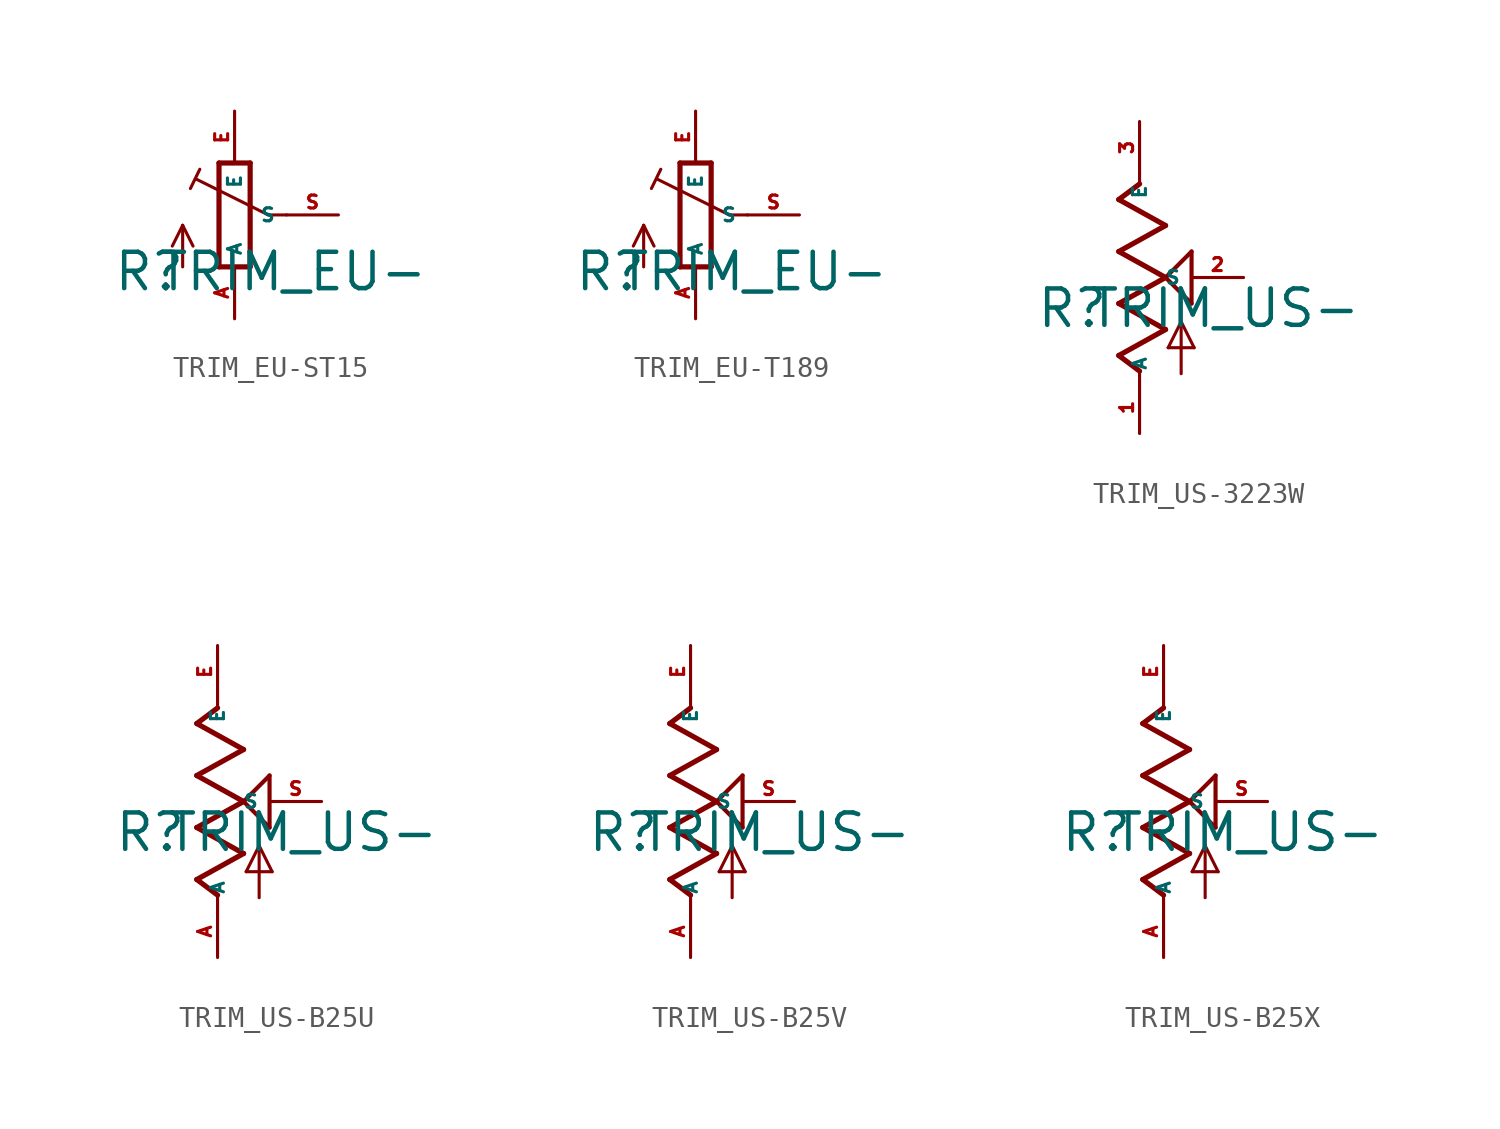
<source format=kicad_sym>
(kicad_symbol_lib
  (version 20220914)
  (generator Eagle2Kicad)
  (symbol "TRIM_EU-ST15"
    (property "Reference" "R"
      (at -5.969 -3.81 0)
      (effects (font (size 1.778 1.778) (thickness 0.22)) (justify left bottom)))
    (property "Value" "TRIM_EU-"
      (at -3.81 -3.81 0)
      (effects (font (size 1.778 1.778) (thickness 0.22)) (justify left bottom)))
    (polyline
      (pts (xy -0.762 2.54) (xy -0.762 -2.54))
      (stroke (width 0.254) (type default))
      (fill (type none)))
    (polyline
      (pts (xy 0.762 -2.54) (xy 0.762 2.54))
      (stroke (width 0.254) (type default))
      (fill (type none)))
    (polyline
      (pts (xy 2.54 0) (xy 1.651 0))
      (stroke (width 0.152) (type default))
      (fill (type none)))
    (polyline
      (pts (xy 1.651 0) (xy -1.88 1.753))
      (stroke (width 0.152) (type default))
      (fill (type none)))
    (polyline
      (pts (xy 0.762 2.54) (xy -0.762 2.54))
      (stroke (width 0.254) (type default))
      (fill (type none)))
    (polyline
      (pts (xy -0.762 -2.54) (xy 0.762 -2.54))
      (stroke (width 0.254) (type default))
      (fill (type none)))
    (polyline
      (pts (xy -2.54 -2.54) (xy -2.54 -0.508))
      (stroke (width 0.152) (type default))
      (fill (type none)))
    (polyline
      (pts (xy -2.54 -0.508) (xy -3.048 -1.524))
      (stroke (width 0.152) (type default))
      (fill (type none)))
    (polyline
      (pts (xy -2.54 -0.508) (xy -2.032 -1.524))
      (stroke (width 0.152) (type default))
      (fill (type none)))
    (polyline
      (pts (xy -2.16 1.294) (xy -1.702 2.235))
      (stroke (width 0.152) (type default))
      (fill (type none)))
    (pin passive line
      (at 0 -5.08 90)
      (length 2.54)
      (name "A" (effects (font (size 0.635 0.635) (thickness 0.08)) (justify left bottom)))
      (number "A" (effects (font (size 0.635 0.635) (thickness 0.08)) (justify left bottom))))
    (pin passive line
      (at 0 5.08 270)
      (length 2.54)
      (name "E" (effects (font (size 0.635 0.635) (thickness 0.08)) (justify left bottom)))
      (number "E" (effects (font (size 0.635 0.635) (thickness 0.08)) (justify left bottom))))
    (pin passive line
      (at 5.08 0 180)
      (length 2.54)
      (name "S" (effects (font (size 0.635 0.635) (thickness 0.08)) (justify left bottom)))
      (number "S" (effects (font (size 0.635 0.635) (thickness 0.08)) (justify left bottom)))))
  (symbol "TRIM_EU-T189"
    (property "Reference" "R"
      (at -5.969 -3.81 0)
      (effects (font (size 1.778 1.778) (thickness 0.22)) (justify left bottom)))
    (property "Value" "TRIM_EU-"
      (at -3.81 -3.81 0)
      (effects (font (size 1.778 1.778) (thickness 0.22)) (justify left bottom)))
    (polyline
      (pts (xy -0.762 2.54) (xy -0.762 -2.54))
      (stroke (width 0.254) (type default))
      (fill (type none)))
    (polyline
      (pts (xy 0.762 -2.54) (xy 0.762 2.54))
      (stroke (width 0.254) (type default))
      (fill (type none)))
    (polyline
      (pts (xy 2.54 0) (xy 1.651 0))
      (stroke (width 0.152) (type default))
      (fill (type none)))
    (polyline
      (pts (xy 1.651 0) (xy -1.88 1.753))
      (stroke (width 0.152) (type default))
      (fill (type none)))
    (polyline
      (pts (xy 0.762 2.54) (xy -0.762 2.54))
      (stroke (width 0.254) (type default))
      (fill (type none)))
    (polyline
      (pts (xy -0.762 -2.54) (xy 0.762 -2.54))
      (stroke (width 0.254) (type default))
      (fill (type none)))
    (polyline
      (pts (xy -2.54 -2.54) (xy -2.54 -0.508))
      (stroke (width 0.152) (type default))
      (fill (type none)))
    (polyline
      (pts (xy -2.54 -0.508) (xy -3.048 -1.524))
      (stroke (width 0.152) (type default))
      (fill (type none)))
    (polyline
      (pts (xy -2.54 -0.508) (xy -2.032 -1.524))
      (stroke (width 0.152) (type default))
      (fill (type none)))
    (polyline
      (pts (xy -2.16 1.294) (xy -1.702 2.235))
      (stroke (width 0.152) (type default))
      (fill (type none)))
    (pin passive line
      (at 0 -5.08 90)
      (length 2.54)
      (name "A" (effects (font (size 0.635 0.635) (thickness 0.08)) (justify left bottom)))
      (number "A" (effects (font (size 0.635 0.635) (thickness 0.08)) (justify left bottom))))
    (pin passive line
      (at 0 5.08 270)
      (length 2.54)
      (name "E" (effects (font (size 0.635 0.635) (thickness 0.08)) (justify left bottom)))
      (number "E" (effects (font (size 0.635 0.635) (thickness 0.08)) (justify left bottom))))
    (pin passive line
      (at 5.08 0 180)
      (length 2.54)
      (name "S" (effects (font (size 0.635 0.635) (thickness 0.08)) (justify left bottom)))
      (number "S" (effects (font (size 0.635 0.635) (thickness 0.08)) (justify left bottom)))))
  (symbol "TRIM_US-3223W"
    (property "Reference" "R"
      (at -5.08 -2.54 0)
      (effects (font (size 1.778 1.778) (thickness 0.22)) (justify left bottom)))
    (property "Value" "TRIM_US-"
      (at -2.54 -2.54 0)
      (effects (font (size 1.778 1.778) (thickness 0.22)) (justify left bottom)))
    (polyline
      (pts (xy 0 -5.08) (xy 0 -4.572))
      (stroke (width 0.152) (type default))
      (fill (type none)))
    (polyline
      (pts (xy 0 -4.572) (xy -1.016 -3.81))
      (stroke (width 0.254) (type default))
      (fill (type none)))
    (polyline
      (pts (xy -1.016 -3.81) (xy 1.27 -2.54))
      (stroke (width 0.254) (type default))
      (fill (type none)))
    (polyline
      (pts (xy 1.27 -2.54) (xy -1.016 -1.27))
      (stroke (width 0.254) (type default))
      (fill (type none)))
    (polyline
      (pts (xy -1.016 -1.27) (xy 1.27 0))
      (stroke (width 0.254) (type default))
      (fill (type none)))
    (polyline
      (pts (xy 1.27 0) (xy -1.016 1.27))
      (stroke (width 0.254) (type default))
      (fill (type none)))
    (polyline
      (pts (xy -1.016 1.27) (xy 1.27 2.54))
      (stroke (width 0.254) (type default))
      (fill (type none)))
    (polyline
      (pts (xy 1.27 2.54) (xy -1.016 3.81))
      (stroke (width 0.254) (type default))
      (fill (type none)))
    (polyline
      (pts (xy -1.016 3.81) (xy 0 4.572))
      (stroke (width 0.254) (type default))
      (fill (type none)))
    (polyline
      (pts (xy 0 4.572) (xy 0 5.08))
      (stroke (width 0.152) (type default))
      (fill (type none)))
    (polyline
      (pts (xy 1.27 0) (xy 2.54 1.27))
      (stroke (width 0.203) (type default))
      (fill (type none)))
    (polyline
      (pts (xy 2.54 -1.27) (xy 1.27 0))
      (stroke (width 0.203) (type default))
      (fill (type none)))
    (polyline
      (pts (xy 2.54 1.27) (xy 2.54 -1.27))
      (stroke (width 0.203) (type default))
      (fill (type none)))
    (polyline
      (pts (xy 2.032 -4.699) (xy 2.032 -2.159))
      (stroke (width 0.152) (type default))
      (fill (type none)))
    (polyline
      (pts (xy 2.032 -2.159) (xy 2.667 -3.429))
      (stroke (width 0.152) (type default))
      (fill (type none)))
    (polyline
      (pts (xy 2.667 -3.429) (xy 1.397 -3.429))
      (stroke (width 0.152) (type default))
      (fill (type none)))
    (polyline
      (pts (xy 1.397 -3.429) (xy 2.032 -2.159))
      (stroke (width 0.152) (type default))
      (fill (type none)))
    (pin passive line
      (at 0 -7.62 90)
      (length 2.54)
      (name "A" (effects (font (size 0.635 0.635) (thickness 0.08)) (justify left bottom)))
      (number "1" (effects (font (size 0.635 0.635) (thickness 0.08)) (justify left bottom))))
    (pin passive line
      (at 0 7.62 270)
      (length 2.54)
      (name "E" (effects (font (size 0.635 0.635) (thickness 0.08)) (justify left bottom)))
      (number "3" (effects (font (size 0.635 0.635) (thickness 0.08)) (justify left bottom))))
    (pin passive line
      (at 5.08 0 180)
      (length 2.54)
      (name "S" (effects (font (size 0.635 0.635) (thickness 0.08)) (justify left bottom)))
      (number "2" (effects (font (size 0.635 0.635) (thickness 0.08)) (justify left bottom)))))
  (symbol "TRIM_US-B25U"
    (property "Reference" "R"
      (at -5.08 -2.54 0)
      (effects (font (size 1.778 1.778) (thickness 0.22)) (justify left bottom)))
    (property "Value" "TRIM_US-"
      (at -2.54 -2.54 0)
      (effects (font (size 1.778 1.778) (thickness 0.22)) (justify left bottom)))
    (polyline
      (pts (xy 0 -5.08) (xy 0 -4.572))
      (stroke (width 0.152) (type default))
      (fill (type none)))
    (polyline
      (pts (xy 0 -4.572) (xy -1.016 -3.81))
      (stroke (width 0.254) (type default))
      (fill (type none)))
    (polyline
      (pts (xy -1.016 -3.81) (xy 1.27 -2.54))
      (stroke (width 0.254) (type default))
      (fill (type none)))
    (polyline
      (pts (xy 1.27 -2.54) (xy -1.016 -1.27))
      (stroke (width 0.254) (type default))
      (fill (type none)))
    (polyline
      (pts (xy -1.016 -1.27) (xy 1.27 0))
      (stroke (width 0.254) (type default))
      (fill (type none)))
    (polyline
      (pts (xy 1.27 0) (xy -1.016 1.27))
      (stroke (width 0.254) (type default))
      (fill (type none)))
    (polyline
      (pts (xy -1.016 1.27) (xy 1.27 2.54))
      (stroke (width 0.254) (type default))
      (fill (type none)))
    (polyline
      (pts (xy 1.27 2.54) (xy -1.016 3.81))
      (stroke (width 0.254) (type default))
      (fill (type none)))
    (polyline
      (pts (xy -1.016 3.81) (xy 0 4.572))
      (stroke (width 0.254) (type default))
      (fill (type none)))
    (polyline
      (pts (xy 0 4.572) (xy 0 5.08))
      (stroke (width 0.152) (type default))
      (fill (type none)))
    (polyline
      (pts (xy 1.27 0) (xy 2.54 1.27))
      (stroke (width 0.203) (type default))
      (fill (type none)))
    (polyline
      (pts (xy 2.54 -1.27) (xy 1.27 0))
      (stroke (width 0.203) (type default))
      (fill (type none)))
    (polyline
      (pts (xy 2.54 1.27) (xy 2.54 -1.27))
      (stroke (width 0.203) (type default))
      (fill (type none)))
    (polyline
      (pts (xy 2.032 -4.699) (xy 2.032 -2.159))
      (stroke (width 0.152) (type default))
      (fill (type none)))
    (polyline
      (pts (xy 2.032 -2.159) (xy 2.667 -3.429))
      (stroke (width 0.152) (type default))
      (fill (type none)))
    (polyline
      (pts (xy 2.667 -3.429) (xy 1.397 -3.429))
      (stroke (width 0.152) (type default))
      (fill (type none)))
    (polyline
      (pts (xy 1.397 -3.429) (xy 2.032 -2.159))
      (stroke (width 0.152) (type default))
      (fill (type none)))
    (pin passive line
      (at 0 -7.62 90)
      (length 2.54)
      (name "A" (effects (font (size 0.635 0.635) (thickness 0.08)) (justify left bottom)))
      (number "A" (effects (font (size 0.635 0.635) (thickness 0.08)) (justify left bottom))))
    (pin passive line
      (at 0 7.62 270)
      (length 2.54)
      (name "E" (effects (font (size 0.635 0.635) (thickness 0.08)) (justify left bottom)))
      (number "E" (effects (font (size 0.635 0.635) (thickness 0.08)) (justify left bottom))))
    (pin passive line
      (at 5.08 0 180)
      (length 2.54)
      (name "S" (effects (font (size 0.635 0.635) (thickness 0.08)) (justify left bottom)))
      (number "S" (effects (font (size 0.635 0.635) (thickness 0.08)) (justify left bottom)))))
  (symbol "TRIM_US-B25V"
    (property "Reference" "R"
      (at -5.08 -2.54 0)
      (effects (font (size 1.778 1.778) (thickness 0.22)) (justify left bottom)))
    (property "Value" "TRIM_US-"
      (at -2.54 -2.54 0)
      (effects (font (size 1.778 1.778) (thickness 0.22)) (justify left bottom)))
    (polyline
      (pts (xy 0 -5.08) (xy 0 -4.572))
      (stroke (width 0.152) (type default))
      (fill (type none)))
    (polyline
      (pts (xy 0 -4.572) (xy -1.016 -3.81))
      (stroke (width 0.254) (type default))
      (fill (type none)))
    (polyline
      (pts (xy -1.016 -3.81) (xy 1.27 -2.54))
      (stroke (width 0.254) (type default))
      (fill (type none)))
    (polyline
      (pts (xy 1.27 -2.54) (xy -1.016 -1.27))
      (stroke (width 0.254) (type default))
      (fill (type none)))
    (polyline
      (pts (xy -1.016 -1.27) (xy 1.27 0))
      (stroke (width 0.254) (type default))
      (fill (type none)))
    (polyline
      (pts (xy 1.27 0) (xy -1.016 1.27))
      (stroke (width 0.254) (type default))
      (fill (type none)))
    (polyline
      (pts (xy -1.016 1.27) (xy 1.27 2.54))
      (stroke (width 0.254) (type default))
      (fill (type none)))
    (polyline
      (pts (xy 1.27 2.54) (xy -1.016 3.81))
      (stroke (width 0.254) (type default))
      (fill (type none)))
    (polyline
      (pts (xy -1.016 3.81) (xy 0 4.572))
      (stroke (width 0.254) (type default))
      (fill (type none)))
    (polyline
      (pts (xy 0 4.572) (xy 0 5.08))
      (stroke (width 0.152) (type default))
      (fill (type none)))
    (polyline
      (pts (xy 1.27 0) (xy 2.54 1.27))
      (stroke (width 0.203) (type default))
      (fill (type none)))
    (polyline
      (pts (xy 2.54 -1.27) (xy 1.27 0))
      (stroke (width 0.203) (type default))
      (fill (type none)))
    (polyline
      (pts (xy 2.54 1.27) (xy 2.54 -1.27))
      (stroke (width 0.203) (type default))
      (fill (type none)))
    (polyline
      (pts (xy 2.032 -4.699) (xy 2.032 -2.159))
      (stroke (width 0.152) (type default))
      (fill (type none)))
    (polyline
      (pts (xy 2.032 -2.159) (xy 2.667 -3.429))
      (stroke (width 0.152) (type default))
      (fill (type none)))
    (polyline
      (pts (xy 2.667 -3.429) (xy 1.397 -3.429))
      (stroke (width 0.152) (type default))
      (fill (type none)))
    (polyline
      (pts (xy 1.397 -3.429) (xy 2.032 -2.159))
      (stroke (width 0.152) (type default))
      (fill (type none)))
    (pin passive line
      (at 0 -7.62 90)
      (length 2.54)
      (name "A" (effects (font (size 0.635 0.635) (thickness 0.08)) (justify left bottom)))
      (number "A" (effects (font (size 0.635 0.635) (thickness 0.08)) (justify left bottom))))
    (pin passive line
      (at 0 7.62 270)
      (length 2.54)
      (name "E" (effects (font (size 0.635 0.635) (thickness 0.08)) (justify left bottom)))
      (number "E" (effects (font (size 0.635 0.635) (thickness 0.08)) (justify left bottom))))
    (pin passive line
      (at 5.08 0 180)
      (length 2.54)
      (name "S" (effects (font (size 0.635 0.635) (thickness 0.08)) (justify left bottom)))
      (number "S" (effects (font (size 0.635 0.635) (thickness 0.08)) (justify left bottom)))))
  (symbol "TRIM_US-B25X"
    (property "Reference" "R"
      (at -5.08 -2.54 0)
      (effects (font (size 1.778 1.778) (thickness 0.22)) (justify left bottom)))
    (property "Value" "TRIM_US-"
      (at -2.54 -2.54 0)
      (effects (font (size 1.778 1.778) (thickness 0.22)) (justify left bottom)))
    (polyline
      (pts (xy 0 -5.08) (xy 0 -4.572))
      (stroke (width 0.152) (type default))
      (fill (type none)))
    (polyline
      (pts (xy 0 -4.572) (xy -1.016 -3.81))
      (stroke (width 0.254) (type default))
      (fill (type none)))
    (polyline
      (pts (xy -1.016 -3.81) (xy 1.27 -2.54))
      (stroke (width 0.254) (type default))
      (fill (type none)))
    (polyline
      (pts (xy 1.27 -2.54) (xy -1.016 -1.27))
      (stroke (width 0.254) (type default))
      (fill (type none)))
    (polyline
      (pts (xy -1.016 -1.27) (xy 1.27 0))
      (stroke (width 0.254) (type default))
      (fill (type none)))
    (polyline
      (pts (xy 1.27 0) (xy -1.016 1.27))
      (stroke (width 0.254) (type default))
      (fill (type none)))
    (polyline
      (pts (xy -1.016 1.27) (xy 1.27 2.54))
      (stroke (width 0.254) (type default))
      (fill (type none)))
    (polyline
      (pts (xy 1.27 2.54) (xy -1.016 3.81))
      (stroke (width 0.254) (type default))
      (fill (type none)))
    (polyline
      (pts (xy -1.016 3.81) (xy 0 4.572))
      (stroke (width 0.254) (type default))
      (fill (type none)))
    (polyline
      (pts (xy 0 4.572) (xy 0 5.08))
      (stroke (width 0.152) (type default))
      (fill (type none)))
    (polyline
      (pts (xy 1.27 0) (xy 2.54 1.27))
      (stroke (width 0.203) (type default))
      (fill (type none)))
    (polyline
      (pts (xy 2.54 -1.27) (xy 1.27 0))
      (stroke (width 0.203) (type default))
      (fill (type none)))
    (polyline
      (pts (xy 2.54 1.27) (xy 2.54 -1.27))
      (stroke (width 0.203) (type default))
      (fill (type none)))
    (polyline
      (pts (xy 2.032 -4.699) (xy 2.032 -2.159))
      (stroke (width 0.152) (type default))
      (fill (type none)))
    (polyline
      (pts (xy 2.032 -2.159) (xy 2.667 -3.429))
      (stroke (width 0.152) (type default))
      (fill (type none)))
    (polyline
      (pts (xy 2.667 -3.429) (xy 1.397 -3.429))
      (stroke (width 0.152) (type default))
      (fill (type none)))
    (polyline
      (pts (xy 1.397 -3.429) (xy 2.032 -2.159))
      (stroke (width 0.152) (type default))
      (fill (type none)))
    (pin passive line
      (at 0 -7.62 90)
      (length 2.54)
      (name "A" (effects (font (size 0.635 0.635) (thickness 0.08)) (justify left bottom)))
      (number "A" (effects (font (size 0.635 0.635) (thickness 0.08)) (justify left bottom))))
    (pin passive line
      (at 0 7.62 270)
      (length 2.54)
      (name "E" (effects (font (size 0.635 0.635) (thickness 0.08)) (justify left bottom)))
      (number "E" (effects (font (size 0.635 0.635) (thickness 0.08)) (justify left bottom))))
    (pin passive line
      (at 5.08 0 180)
      (length 2.54)
      (name "S" (effects (font (size 0.635 0.635) (thickness 0.08)) (justify left bottom)))
      (number "S" (effects (font (size 0.635 0.635) (thickness 0.08)) (justify left bottom))))))
</source>
